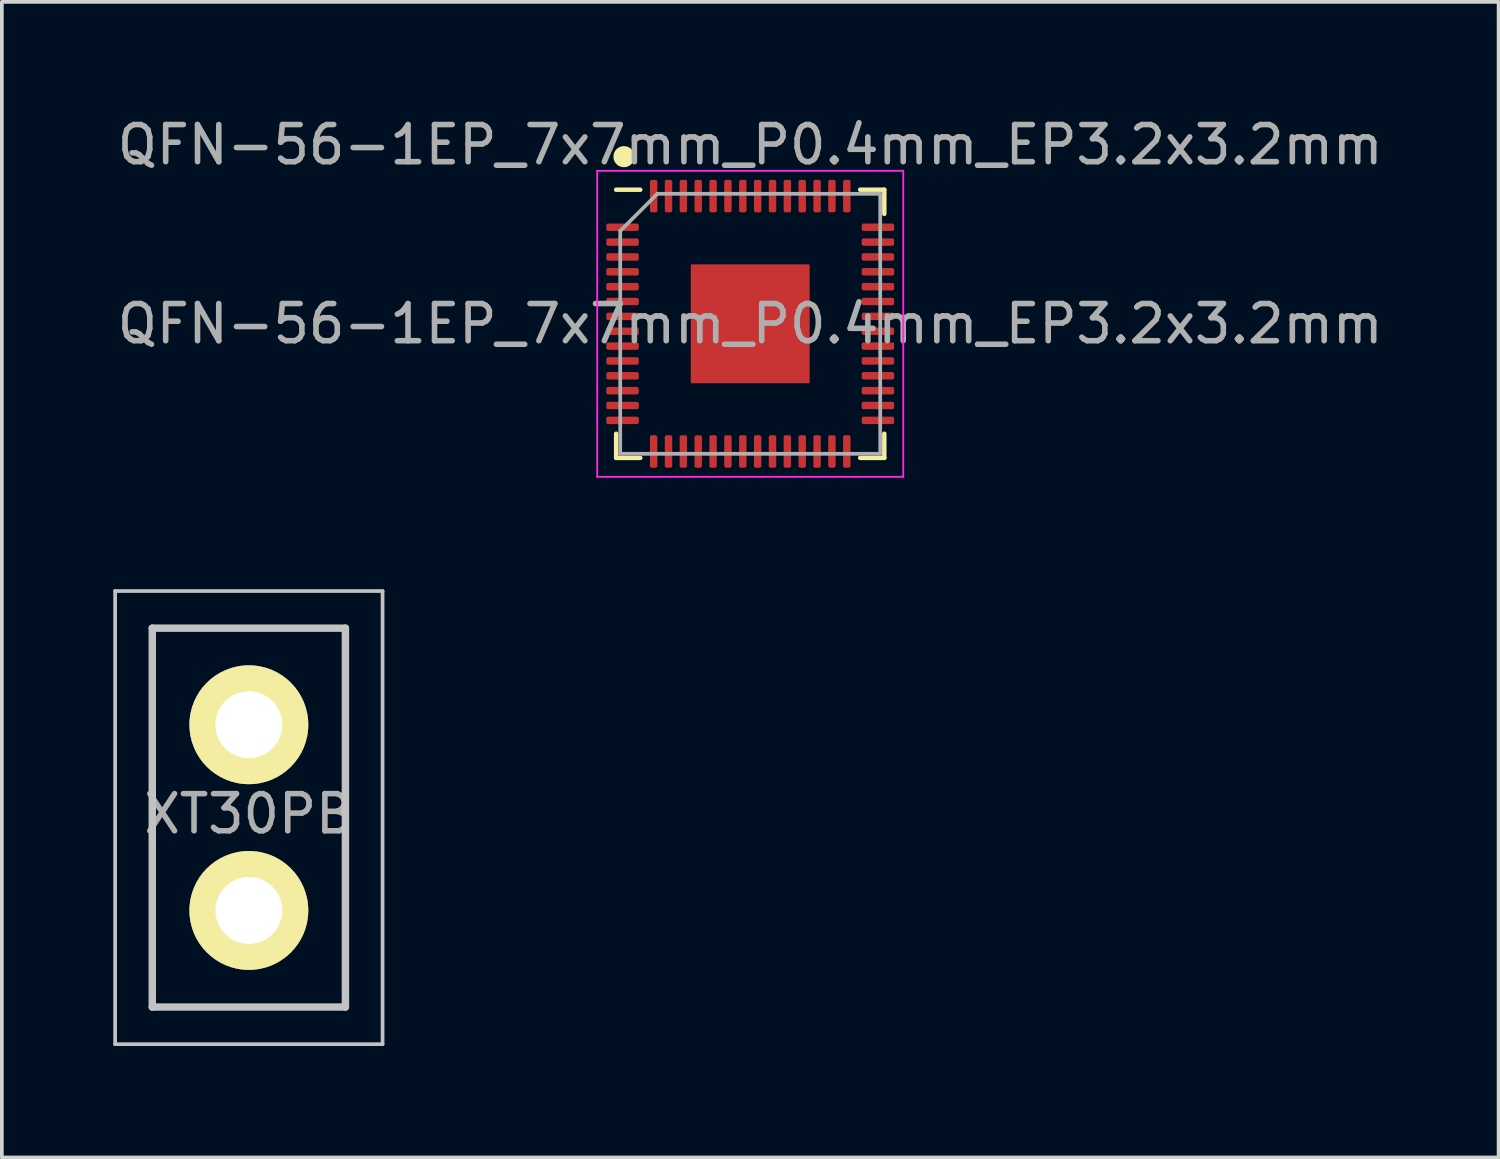
<source format=kicad_pcb>
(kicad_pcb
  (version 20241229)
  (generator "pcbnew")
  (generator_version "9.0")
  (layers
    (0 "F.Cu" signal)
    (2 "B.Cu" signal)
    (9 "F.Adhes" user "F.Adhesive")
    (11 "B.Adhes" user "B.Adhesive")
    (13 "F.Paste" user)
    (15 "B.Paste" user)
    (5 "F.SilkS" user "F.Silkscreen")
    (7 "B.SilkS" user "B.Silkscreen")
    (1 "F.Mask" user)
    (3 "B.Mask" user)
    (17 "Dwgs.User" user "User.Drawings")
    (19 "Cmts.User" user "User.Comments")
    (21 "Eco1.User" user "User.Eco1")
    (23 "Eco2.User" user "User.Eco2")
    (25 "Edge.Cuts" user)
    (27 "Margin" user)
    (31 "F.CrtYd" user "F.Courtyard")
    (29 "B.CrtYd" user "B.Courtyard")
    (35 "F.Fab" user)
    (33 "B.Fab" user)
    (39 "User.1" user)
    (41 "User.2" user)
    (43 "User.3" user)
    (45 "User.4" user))
  (footprint "XT30PB"
    (layer "F.Cu")
    (at 3.65 16.463)
    (property "Reference" "XT30PB" (at 0 2.4 180) (layer "F.Fab") (effects (font (size 1 1) (thickness 0.15))))
    (attr through_hole)
    (fp_line (start -2.6 -2.6) (end 2.6 -2.6) (stroke (width 0.1) (type solid)) (layer "F.SilkS"))
    (fp_line (start -2.6 7.6) (end -2.6 -2.6) (stroke (width 0.1) (type solid)) (layer "F.SilkS"))
    (fp_line (start 2.6 -2.6) (end 2.6 7.6) (stroke (width 0.1) (type solid)) (layer "F.SilkS"))
    (fp_line (start 2.6 7.6) (end -2.6 7.6) (stroke (width 0.1) (type solid)) (layer "F.SilkS"))
    (fp_line (start -3.6 -3.6) (end 3.6 -3.6) (stroke (width 0.1) (type solid)) (layer "Dwgs.User"))
    (fp_line (start -3.6 8.6) (end -3.6 -3.6) (stroke (width 0.1) (type solid)) (layer "Dwgs.User"))
    (fp_line (start -2.6 -2.6) (end 2.6 -2.6) (stroke (width 0.2) (type solid)) (layer "Dwgs.User"))
    (fp_line (start -2.6 7.6) (end -2.6 -2.6) (stroke (width 0.2) (type solid)) (layer "Dwgs.User"))
    (fp_line (start 2.6 -2.6) (end 2.6 7.6) (stroke (width 0.2) (type solid)) (layer "Dwgs.User"))
    (fp_line (start 2.6 7.6) (end -2.6 7.6) (stroke (width 0.2) (type solid)) (layer "Dwgs.User"))
    (fp_line (start 3.6 -3.6) (end 3.6 8.6) (stroke (width 0.1) (type solid)) (layer "Dwgs.User"))
    (fp_line (start 3.6 8.6) (end -3.6 8.6) (stroke (width 0.1) (type solid)) (layer "Dwgs.User"))
    (pad "1" thru_hole circle (at 0 0 90) (size 3.2 3.2) (drill 1.8) (layers "*.Cu" "*.Mask" "F.SilkS"))
    (pad "2" thru_hole circle (at 0 5 90) (size 3.2 3.2) (drill 1.8) (layers "*.Cu" "*.Mask" "F.SilkS")))
  (footprint "QFN-56-1EP_7x7mm_P0.4mm_EP3.2x3.2mm"
    (layer "F.Cu")
    (at 17.149 5.668)
    (property "Reference" "QFN-56-1EP_7x7mm_P0.4mm_EP3.2x3.2mm" (at 0 -4.82 180) (layer "F.Fab") (effects (font (size 1 1) (thickness 0.15))))
    (attr smd)
    (fp_line (start -3.61 3.61) (end -3.61 2.96) (stroke (width 0.12) (type solid)) (layer "F.SilkS"))
    (fp_line (start -2.96 -3.61) (end -3.61 -3.61) (stroke (width 0.12) (type solid)) (layer "F.SilkS"))
    (fp_line (start -2.96 3.61) (end -3.61 3.61) (stroke (width 0.12) (type solid)) (layer "F.SilkS"))
    (fp_line (start 2.96 -3.61) (end 3.61 -3.61) (stroke (width 0.12) (type solid)) (layer "F.SilkS"))
    (fp_line (start 2.96 3.61) (end 3.61 3.61) (stroke (width 0.12) (type solid)) (layer "F.SilkS"))
    (fp_line (start 3.61 -3.61) (end 3.61 -2.96) (stroke (width 0.12) (type solid)) (layer "F.SilkS"))
    (fp_line (start 3.61 3.61) (end 3.61 2.96) (stroke (width 0.12) (type solid)) (layer "F.SilkS"))
    (fp_circle (center -3.4 -4.5) (end -3.176 -4.5) (stroke (width 0.12) (type solid)) (fill yes) (layer "F.SilkS"))
    (fp_line (start -4.12 -4.12) (end -4.12 4.12) (stroke (width 0.05) (type solid)) (layer "F.CrtYd"))
    (fp_line (start -4.12 4.12) (end 4.12 4.12) (stroke (width 0.05) (type solid)) (layer "F.CrtYd"))
    (fp_line (start 4.12 -4.12) (end -4.12 -4.12) (stroke (width 0.05) (type solid)) (layer "F.CrtYd"))
    (fp_line (start 4.12 4.12) (end 4.12 -4.12) (stroke (width 0.05) (type solid)) (layer "F.CrtYd"))
    (fp_line (start -3.5 -2.5) (end -2.5 -3.5) (stroke (width 0.1) (type solid)) (layer "F.Fab"))
    (fp_line (start -3.5 3.5) (end -3.5 -2.5) (stroke (width 0.1) (type solid)) (layer "F.Fab"))
    (fp_line (start -2.5 -3.5) (end 3.5 -3.5) (stroke (width 0.1) (type solid)) (layer "F.Fab"))
    (fp_line (start 3.5 -3.5) (end 3.5 3.5) (stroke (width 0.1) (type solid)) (layer "F.Fab"))
    (fp_line (start 3.5 3.5) (end -3.5 3.5) (stroke (width 0.1) (type solid)) (layer "F.Fab"))
    (fp_text user "${REFERENCE}" (at 0 0 180) (layer "F.Fab") (effects (font (size 1 1) (thickness 0.15))))
    (pad "" smd roundrect (at -0.8 -0.8) (size 1.29 1.29) (layers "F.Paste") (roundrect_rratio 0.194))
    (pad "" smd roundrect (at -0.8 0.8) (size 1.29 1.29) (layers "F.Paste") (roundrect_rratio 0.194))
    (pad "" smd roundrect (at 0.8 -0.8) (size 1.29 1.29) (layers "F.Paste") (roundrect_rratio 0.194))
    (pad "" smd roundrect (at 0.8 0.8) (size 1.29 1.29) (layers "F.Paste") (roundrect_rratio 0.194))
    (pad "1" smd roundrect (at -3.438 -2.6) (size 0.875 0.2) (layers "F.Cu" "F.Mask" "F.Paste") (roundrect_rratio 0.25))
    (pad "2" smd roundrect (at -3.438 -2.2) (size 0.875 0.2) (layers "F.Cu" "F.Mask" "F.Paste") (roundrect_rratio 0.25))
    (pad "3" smd roundrect (at -3.438 -1.8) (size 0.875 0.2) (layers "F.Cu" "F.Mask" "F.Paste") (roundrect_rratio 0.25))
    (pad "4" smd roundrect (at -3.438 -1.4) (size 0.875 0.2) (layers "F.Cu" "F.Mask" "F.Paste") (roundrect_rratio 0.25))
    (pad "5" smd roundrect (at -3.438 -1) (size 0.875 0.2) (layers "F.Cu" "F.Mask" "F.Paste") (roundrect_rratio 0.25))
    (pad "6" smd roundrect (at -3.438 -0.6) (size 0.875 0.2) (layers "F.Cu" "F.Mask" "F.Paste") (roundrect_rratio 0.25))
    (pad "7" smd roundrect (at -3.438 -0.2) (size 0.875 0.2) (layers "F.Cu" "F.Mask" "F.Paste") (roundrect_rratio 0.25))
    (pad "8" smd roundrect (at -3.438 0.2) (size 0.875 0.2) (layers "F.Cu" "F.Mask" "F.Paste") (roundrect_rratio 0.25))
    (pad "9" smd roundrect (at -3.438 0.6) (size 0.875 0.2) (layers "F.Cu" "F.Mask" "F.Paste") (roundrect_rratio 0.25))
    (pad "10" smd roundrect (at -3.438 1) (size 0.875 0.2) (layers "F.Cu" "F.Mask" "F.Paste") (roundrect_rratio 0.25))
    (pad "11" smd roundrect (at -3.438 1.4) (size 0.875 0.2) (layers "F.Cu" "F.Mask" "F.Paste") (roundrect_rratio 0.25))
    (pad "12" smd roundrect (at -3.438 1.8) (size 0.875 0.2) (layers "F.Cu" "F.Mask" "F.Paste") (roundrect_rratio 0.25))
    (pad "13" smd roundrect (at -3.438 2.2) (size 0.875 0.2) (layers "F.Cu" "F.Mask" "F.Paste") (roundrect_rratio 0.25))
    (pad "14" smd roundrect (at -3.438 2.6) (size 0.875 0.2) (layers "F.Cu" "F.Mask" "F.Paste") (roundrect_rratio 0.25))
    (pad "15" smd roundrect (at -2.6 3.438) (size 0.2 0.875) (layers "F.Cu" "F.Mask" "F.Paste") (roundrect_rratio 0.25))
    (pad "16" smd roundrect (at -2.2 3.438) (size 0.2 0.875) (layers "F.Cu" "F.Mask" "F.Paste") (roundrect_rratio 0.25))
    (pad "17" smd roundrect (at -1.8 3.438) (size 0.2 0.875) (layers "F.Cu" "F.Mask" "F.Paste") (roundrect_rratio 0.25))
    (pad "18" smd roundrect (at -1.4 3.438) (size 0.2 0.875) (layers "F.Cu" "F.Mask" "F.Paste") (roundrect_rratio 0.25))
    (pad "19" smd roundrect (at -1 3.438) (size 0.2 0.875) (layers "F.Cu" "F.Mask" "F.Paste") (roundrect_rratio 0.25))
    (pad "20" smd roundrect (at -0.6 3.438) (size 0.2 0.875) (layers "F.Cu" "F.Mask" "F.Paste") (roundrect_rratio 0.25))
    (pad "21" smd roundrect (at -0.2 3.438) (size 0.2 0.875) (layers "F.Cu" "F.Mask" "F.Paste") (roundrect_rratio 0.25))
    (pad "22" smd roundrect (at 0.2 3.438) (size 0.2 0.875) (layers "F.Cu" "F.Mask" "F.Paste") (roundrect_rratio 0.25))
    (pad "23" smd roundrect (at 0.6 3.438) (size 0.2 0.875) (layers "F.Cu" "F.Mask" "F.Paste") (roundrect_rratio 0.25))
    (pad "24" smd roundrect (at 1 3.438) (size 0.2 0.875) (layers "F.Cu" "F.Mask" "F.Paste") (roundrect_rratio 0.25))
    (pad "25" smd roundrect (at 1.4 3.438) (size 0.2 0.875) (layers "F.Cu" "F.Mask" "F.Paste") (roundrect_rratio 0.25))
    (pad "26" smd roundrect (at 1.8 3.438) (size 0.2 0.875) (layers "F.Cu" "F.Mask" "F.Paste") (roundrect_rratio 0.25))
    (pad "27" smd roundrect (at 2.2 3.438) (size 0.2 0.875) (layers "F.Cu" "F.Mask" "F.Paste") (roundrect_rratio 0.25))
    (pad "28" smd roundrect (at 2.6 3.438) (size 0.2 0.875) (layers "F.Cu" "F.Mask" "F.Paste") (roundrect_rratio 0.25))
    (pad "29" smd roundrect (at 3.438 2.6) (size 0.875 0.2) (layers "F.Cu" "F.Mask" "F.Paste") (roundrect_rratio 0.25))
    (pad "30" smd roundrect (at 3.438 2.2) (size 0.875 0.2) (layers "F.Cu" "F.Mask" "F.Paste") (roundrect_rratio 0.25))
    (pad "31" smd roundrect (at 3.438 1.8) (size 0.875 0.2) (layers "F.Cu" "F.Mask" "F.Paste") (roundrect_rratio 0.25))
    (pad "32" smd roundrect (at 3.438 1.4) (size 0.875 0.2) (layers "F.Cu" "F.Mask" "F.Paste") (roundrect_rratio 0.25))
    (pad "33" smd roundrect (at 3.438 1) (size 0.875 0.2) (layers "F.Cu" "F.Mask" "F.Paste") (roundrect_rratio 0.25))
    (pad "34" smd roundrect (at 3.438 0.6) (size 0.875 0.2) (layers "F.Cu" "F.Mask" "F.Paste") (roundrect_rratio 0.25))
    (pad "35" smd roundrect (at 3.438 0.2) (size 0.875 0.2) (layers "F.Cu" "F.Mask" "F.Paste") (roundrect_rratio 0.25))
    (pad "36" smd roundrect (at 3.438 -0.2) (size 0.875 0.2) (layers "F.Cu" "F.Mask" "F.Paste") (roundrect_rratio 0.25))
    (pad "37" smd roundrect (at 3.438 -0.6) (size 0.875 0.2) (layers "F.Cu" "F.Mask" "F.Paste") (roundrect_rratio 0.25))
    (pad "38" smd roundrect (at 3.438 -1) (size 0.875 0.2) (layers "F.Cu" "F.Mask" "F.Paste") (roundrect_rratio 0.25))
    (pad "39" smd roundrect (at 3.438 -1.4) (size 0.875 0.2) (layers "F.Cu" "F.Mask" "F.Paste") (roundrect_rratio 0.25))
    (pad "40" smd roundrect (at 3.438 -1.8) (size 0.875 0.2) (layers "F.Cu" "F.Mask" "F.Paste") (roundrect_rratio 0.25))
    (pad "41" smd roundrect (at 3.438 -2.2) (size 0.875 0.2) (layers "F.Cu" "F.Mask" "F.Paste") (roundrect_rratio 0.25))
    (pad "42" smd roundrect (at 3.438 -2.6) (size 0.875 0.2) (layers "F.Cu" "F.Mask" "F.Paste") (roundrect_rratio 0.25))
    (pad "43" smd roundrect (at 2.6 -3.438) (size 0.2 0.875) (layers "F.Cu" "F.Mask" "F.Paste") (roundrect_rratio 0.25))
    (pad "44" smd roundrect (at 2.2 -3.438) (size 0.2 0.875) (layers "F.Cu" "F.Mask" "F.Paste") (roundrect_rratio 0.25))
    (pad "45" smd roundrect (at 1.8 -3.438) (size 0.2 0.875) (layers "F.Cu" "F.Mask" "F.Paste") (roundrect_rratio 0.25))
    (pad "46" smd roundrect (at 1.4 -3.438) (size 0.2 0.875) (layers "F.Cu" "F.Mask" "F.Paste") (roundrect_rratio 0.25))
    (pad "47" smd roundrect (at 1 -3.438) (size 0.2 0.875) (layers "F.Cu" "F.Mask" "F.Paste") (roundrect_rratio 0.25))
    (pad "48" smd roundrect (at 0.6 -3.438) (size 0.2 0.875) (layers "F.Cu" "F.Mask" "F.Paste") (roundrect_rratio 0.25))
    (pad "49" smd roundrect (at 0.2 -3.438) (size 0.2 0.875) (layers "F.Cu" "F.Mask" "F.Paste") (roundrect_rratio 0.25))
    (pad "50" smd roundrect (at -0.2 -3.438) (size 0.2 0.875) (layers "F.Cu" "F.Mask" "F.Paste") (roundrect_rratio 0.25))
    (pad "51" smd roundrect (at -0.6 -3.438) (size 0.2 0.875) (layers "F.Cu" "F.Mask" "F.Paste") (roundrect_rratio 0.25))
    (pad "52" smd roundrect (at -1 -3.438) (size 0.2 0.875) (layers "F.Cu" "F.Mask" "F.Paste") (roundrect_rratio 0.25))
    (pad "53" smd roundrect (at -1.4 -3.438) (size 0.2 0.875) (layers "F.Cu" "F.Mask" "F.Paste") (roundrect_rratio 0.25))
    (pad "54" smd roundrect (at -1.8 -3.438) (size 0.2 0.875) (layers "F.Cu" "F.Mask" "F.Paste") (roundrect_rratio 0.25))
    (pad "55" smd roundrect (at -2.2 -3.438) (size 0.2 0.875) (layers "F.Cu" "F.Mask" "F.Paste") (roundrect_rratio 0.25))
    (pad "56" smd roundrect (at -2.6 -3.438) (size 0.2 0.875) (layers "F.Cu" "F.Mask" "F.Paste") (roundrect_rratio 0.25))
    (pad "57" smd rect (at 0 0) (size 3.2 3.2) (layers "F.Cu" "F.Mask")))
  (gr_rect
    (start -3 -3)
    (end 37.298 28.113)
    (stroke (width 0.1) (type default))
    (fill no)
    (layer "Edge.Cuts")))
</source>
